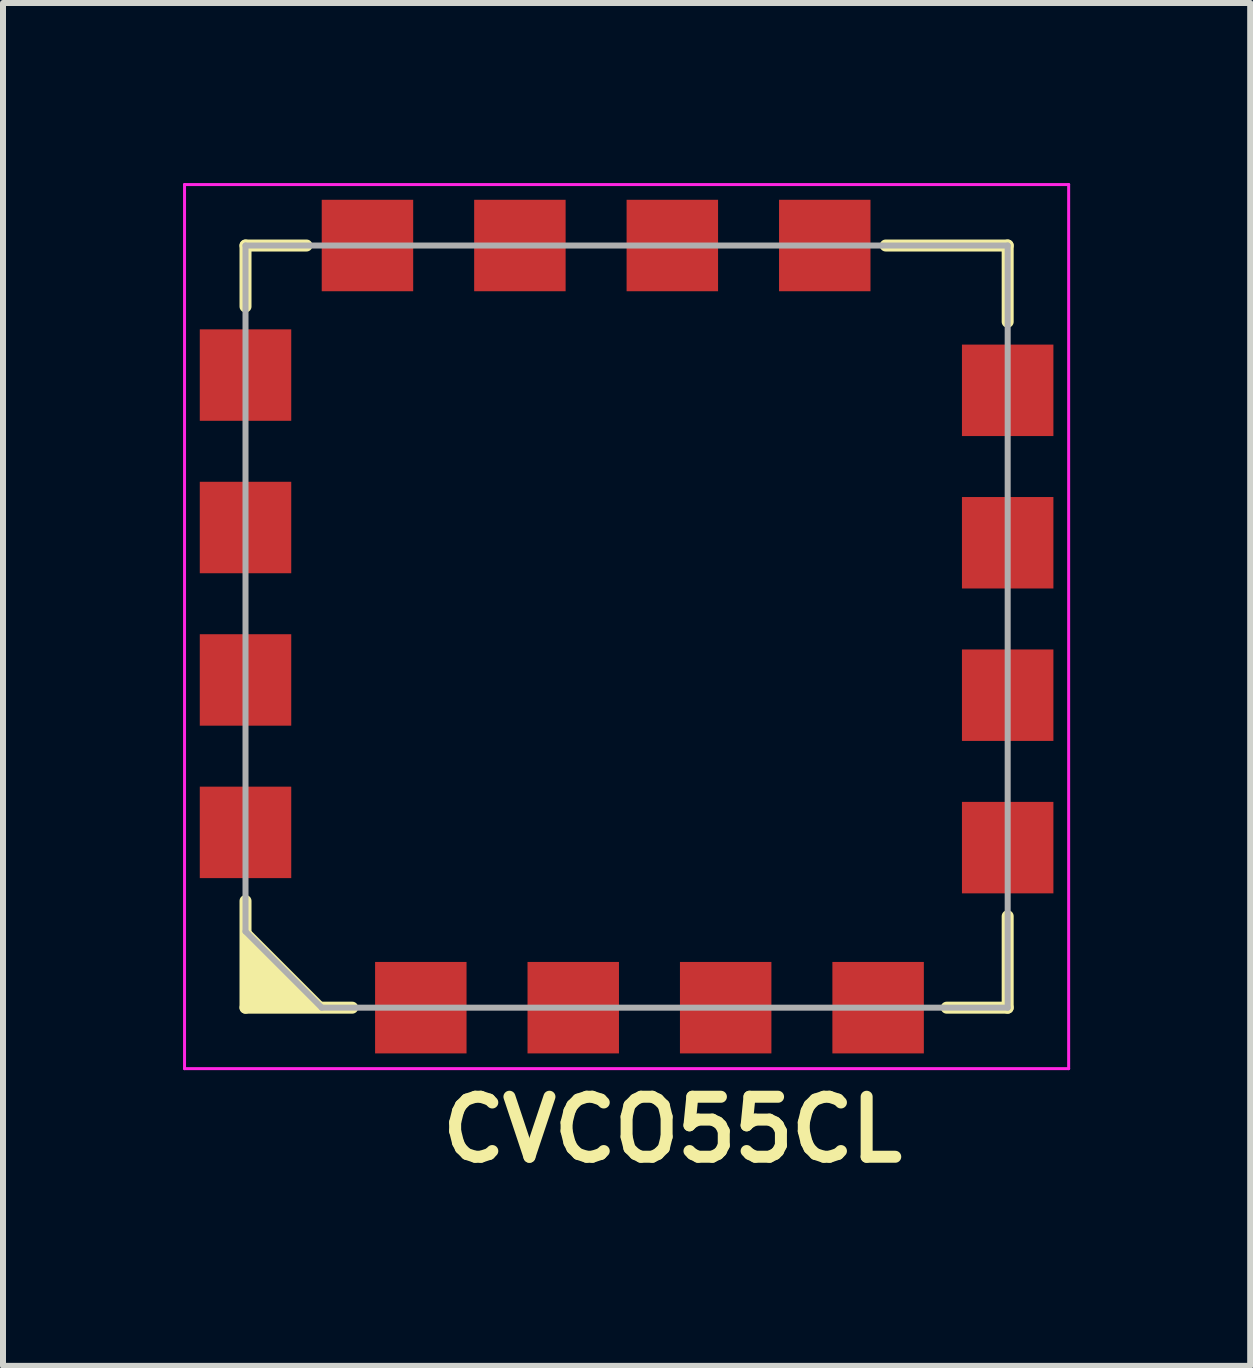
<source format=kicad_pcb>
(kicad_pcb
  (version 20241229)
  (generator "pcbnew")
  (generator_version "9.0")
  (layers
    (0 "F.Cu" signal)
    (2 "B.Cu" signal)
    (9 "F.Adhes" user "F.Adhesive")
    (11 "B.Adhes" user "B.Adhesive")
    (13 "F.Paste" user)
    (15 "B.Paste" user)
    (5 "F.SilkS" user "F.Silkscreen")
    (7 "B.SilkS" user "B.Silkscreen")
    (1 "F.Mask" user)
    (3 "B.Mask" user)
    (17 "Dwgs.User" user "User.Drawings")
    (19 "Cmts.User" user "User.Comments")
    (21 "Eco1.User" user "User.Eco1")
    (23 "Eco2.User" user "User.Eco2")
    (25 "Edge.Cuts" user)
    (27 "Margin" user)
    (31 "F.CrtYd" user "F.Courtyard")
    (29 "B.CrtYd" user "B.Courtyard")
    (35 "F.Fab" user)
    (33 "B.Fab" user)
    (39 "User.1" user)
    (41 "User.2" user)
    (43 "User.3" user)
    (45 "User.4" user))
  (footprint "CVCO55CL"
    (layer "F.Cu")
    (at 1.041 13.741)
    (property "Reference" "CVCO55CL" (at 7.112 2.032 0) (layer "F.SilkS") (effects (font (size 1 1) (thickness 0.2))))
    (attr through_hole)
    (fp_line (start 0 -12.7) (end 1.016 -12.7) (stroke (width 0.2) (type solid)) (layer "F.SilkS"))
    (fp_line (start 0 -11.684) (end 0 -12.7) (stroke (width 0.2) (type solid)) (layer "F.SilkS"))
    (fp_line (start 0 -1.778) (end 0 0) (stroke (width 0.2) (type solid)) (layer "F.SilkS"))
    (fp_line (start 0 0) (end 1.778 0) (stroke (width 0.2) (type solid)) (layer "F.SilkS"))
    (fp_line (start 10.668 -12.7) (end 12.7 -12.7) (stroke (width 0.2) (type solid)) (layer "F.SilkS"))
    (fp_line (start 11.684 0) (end 12.7 0) (stroke (width 0.2) (type solid)) (layer "F.SilkS"))
    (fp_line (start 12.7 -12.7) (end 12.7 -11.43) (stroke (width 0.2) (type solid)) (layer "F.SilkS"))
    (fp_line (start 12.7 0) (end 12.7 -1.524) (stroke (width 0.2) (type solid)) (layer "F.SilkS"))
    (fp_poly (pts (xy 0 0) (xy 1.27 0) (xy 0 -1.27)) (stroke (width 0.15) (type solid)) (fill yes) (layer "F.SilkS"))
    (fp_line (start -1.016 -13.716) (end 13.716 -13.716) (stroke (width 0.05) (type solid)) (layer "F.CrtYd"))
    (fp_line (start -1.016 1.016) (end -1.016 -13.716) (stroke (width 0.05) (type solid)) (layer "F.CrtYd"))
    (fp_line (start 13.716 -13.716) (end 13.716 1.016) (stroke (width 0.05) (type solid)) (layer "F.CrtYd"))
    (fp_line (start 13.716 1.016) (end -1.016 1.016) (stroke (width 0.05) (type solid)) (layer "F.CrtYd"))
    (fp_line (start 0 -12.7) (end 0 -1.27) (stroke (width 0.1) (type solid)) (layer "F.Fab"))
    (fp_line (start 0 -1.27) (end 1.27 0) (stroke (width 0.1) (type solid)) (layer "F.Fab"))
    (fp_line (start 1.27 0) (end 12.7 0) (stroke (width 0.1) (type solid)) (layer "F.Fab"))
    (fp_line (start 12.7 -12.7) (end 0 -12.7) (stroke (width 0.1) (type solid)) (layer "F.Fab"))
    (fp_line (start 12.7 0) (end 12.7 -12.7) (stroke (width 0.1) (type solid)) (layer "F.Fab"))
    (pad "1" smd rect (at 2.921 0) (size 1.524 1.524) (layers "F.Cu" "F.Mask" "F.Paste"))
    (pad "2" smd rect (at 5.461 0) (size 1.524 1.524) (layers "F.Cu" "F.Mask" "F.Paste"))
    (pad "3" smd rect (at 8.001 0) (size 1.524 1.524) (layers "F.Cu" "F.Mask" "F.Paste"))
    (pad "4" smd rect (at 10.541 0) (size 1.524 1.524) (layers "F.Cu" "F.Mask" "F.Paste"))
    (pad "5" smd rect (at 12.7 -2.667) (size 1.524 1.524) (layers "F.Cu" "F.Mask" "F.Paste"))
    (pad "6" smd rect (at 12.7 -5.207) (size 1.524 1.524) (layers "F.Cu" "F.Mask" "F.Paste"))
    (pad "7" smd rect (at 12.7 -7.747) (size 1.524 1.524) (layers "F.Cu" "F.Mask" "F.Paste"))
    (pad "8" smd rect (at 12.7 -10.287) (size 1.524 1.524) (layers "F.Cu" "F.Mask" "F.Paste"))
    (pad "9" smd rect (at 9.652 -12.7) (size 1.524 1.524) (layers "F.Cu" "F.Mask" "F.Paste"))
    (pad "10" smd rect (at 7.112 -12.7) (size 1.524 1.524) (layers "F.Cu" "F.Mask" "F.Paste"))
    (pad "11" smd rect (at 4.572 -12.7) (size 1.524 1.524) (layers "F.Cu" "F.Mask" "F.Paste"))
    (pad "12" smd rect (at 2.032 -12.7) (size 1.524 1.524) (layers "F.Cu" "F.Mask" "F.Paste"))
    (pad "13" smd rect (at 0 -10.541) (size 1.524 1.524) (layers "F.Cu" "F.Mask" "F.Paste"))
    (pad "14" smd rect (at 0 -8.001) (size 1.524 1.524) (layers "F.Cu" "F.Mask" "F.Paste"))
    (pad "15" smd rect (at 0 -5.461) (size 1.524 1.524) (layers "F.Cu" "F.Mask" "F.Paste"))
    (pad "16" smd rect (at 0 -2.921) (size 1.524 1.524) (layers "F.Cu" "F.Mask" "F.Paste")))
  (gr_rect
    (start -3 -3)
    (end 17.782 19.709)
    (stroke (width 0.1) (type default))
    (fill no)
    (layer "Edge.Cuts")))
</source>
